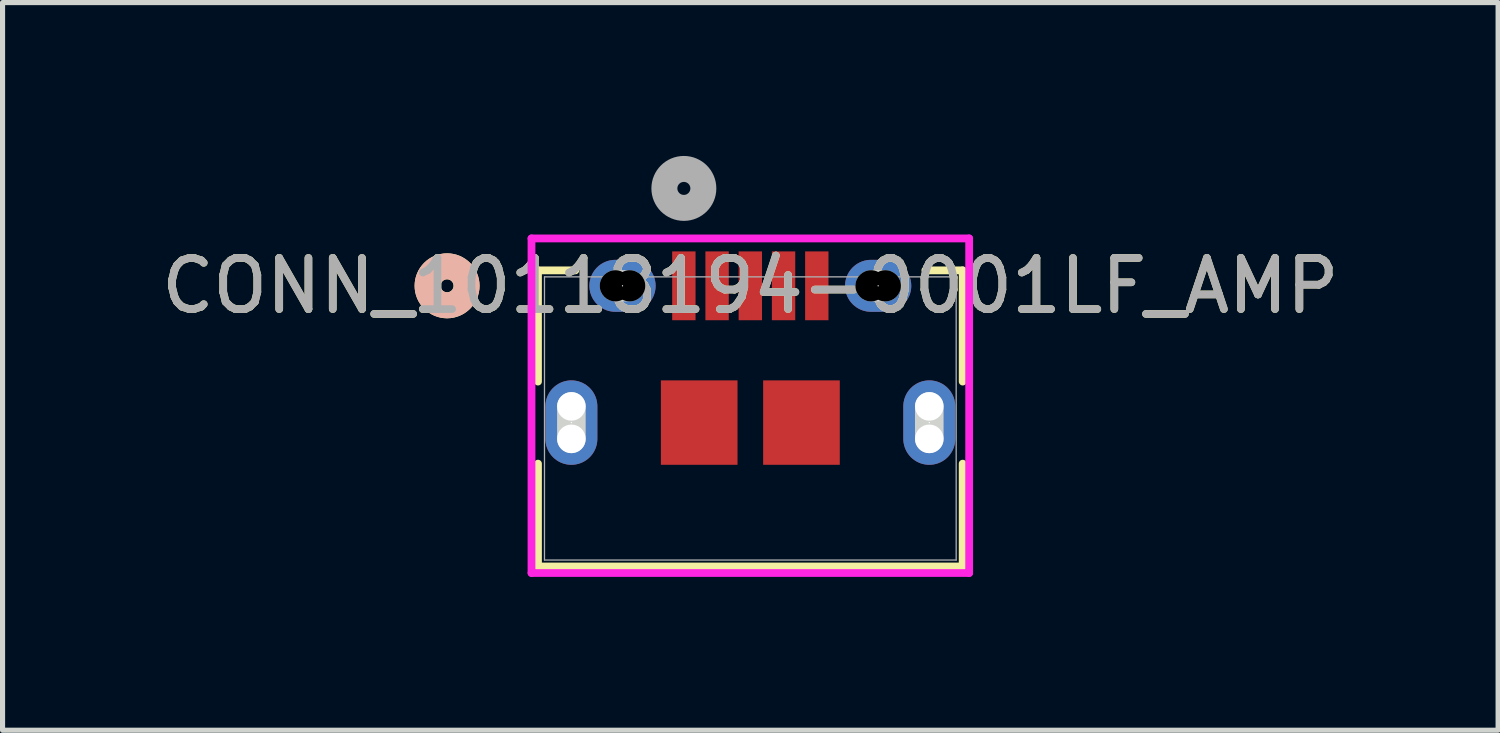
<source format=kicad_pcb>
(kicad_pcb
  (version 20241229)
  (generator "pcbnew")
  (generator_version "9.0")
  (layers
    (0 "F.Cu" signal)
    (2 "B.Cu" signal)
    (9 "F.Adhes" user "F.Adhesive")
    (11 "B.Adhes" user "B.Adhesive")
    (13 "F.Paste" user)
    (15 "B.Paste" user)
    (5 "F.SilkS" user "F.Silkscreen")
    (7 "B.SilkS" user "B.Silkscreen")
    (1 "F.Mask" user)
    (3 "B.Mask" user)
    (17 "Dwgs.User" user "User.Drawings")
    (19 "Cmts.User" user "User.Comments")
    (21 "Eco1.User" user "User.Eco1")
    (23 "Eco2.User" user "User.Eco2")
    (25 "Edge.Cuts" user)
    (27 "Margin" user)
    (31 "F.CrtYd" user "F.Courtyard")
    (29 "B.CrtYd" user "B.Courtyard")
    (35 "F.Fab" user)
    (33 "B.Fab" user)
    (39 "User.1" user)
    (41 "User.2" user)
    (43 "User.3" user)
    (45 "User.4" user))
  (footprint "CONN_10118194-0001LF_AMP"
    (layer "F.Cu")
    (at 11.625 5.134)
    (property "Reference" "CONN_10118194-0001LF_AMP" (at 0 -2.594 0) (unlocked yes) (layer "F.SilkS") (effects (font (size 1 1) (thickness 0.15))))
    (attr smd)
    (fp_line (start -4.153 -2.896) (end -4.153 -0.721) (stroke (width 0.152) (type solid)) (layer "F.SilkS"))
    (fp_line (start -4.153 0.884) (end -4.153 2.896) (stroke (width 0.152) (type solid)) (layer "F.SilkS"))
    (fp_line (start -4.153 2.896) (end 4.153 2.896) (stroke (width 0.152) (type solid)) (layer "F.SilkS"))
    (fp_line (start -3.423 -2.896) (end -4.153 -2.896) (stroke (width 0.152) (type solid)) (layer "F.SilkS"))
    (fp_line (start 4.153 -2.896) (end 3.423 -2.896) (stroke (width 0.152) (type solid)) (layer "F.SilkS"))
    (fp_line (start 4.153 -0.721) (end 4.153 -2.896) (stroke (width 0.152) (type solid)) (layer "F.SilkS"))
    (fp_line (start 4.153 2.896) (end 4.153 0.884) (stroke (width 0.152) (type solid)) (layer "F.SilkS"))
    (fp_circle (center -5.931 -2.594) (end -5.55 -2.594) (stroke (width 0.508) (type solid)) (fill no) (layer "F.SilkS"))
    (fp_circle (center -5.931 -2.594) (end -5.55 -2.594) (stroke (width 0.508) (type solid)) (fill no) (layer "B.SilkS"))
    (fp_line (start -3.5 0.399) (end -3.5 -0.236) (stroke (width 0.559) (type solid)) (layer "Edge.Cuts"))
    (fp_line (start -2.64 -2.594) (end -2.36 -2.594) (stroke (width 0.61) (type solid)) (layer "Edge.Cuts"))
    (fp_line (start 2.36 -2.594) (end 2.64 -2.594) (stroke (width 0.61) (type solid)) (layer "Edge.Cuts"))
    (fp_line (start 3.5 0.399) (end 3.5 -0.236) (stroke (width 0.559) (type solid)) (layer "Edge.Cuts"))
    (fp_line (start -4.28 -3.521) (end -4.28 3.023) (stroke (width 0.152) (type solid)) (layer "F.CrtYd"))
    (fp_line (start -4.28 3.023) (end 4.28 3.023) (stroke (width 0.152) (type solid)) (layer "F.CrtYd"))
    (fp_line (start 4.28 -3.521) (end -4.28 -3.521) (stroke (width 0.152) (type solid)) (layer "F.CrtYd"))
    (fp_line (start 4.28 3.023) (end 4.28 -3.521) (stroke (width 0.152) (type solid)) (layer "F.CrtYd"))
    (fp_line (start -4.026 -2.769) (end -4.026 2.769) (stroke (width 0.025) (type solid)) (layer "F.Fab"))
    (fp_line (start -4.026 2.769) (end 4.026 2.769) (stroke (width 0.025) (type solid)) (layer "F.Fab"))
    (fp_line (start 4.026 -2.769) (end -4.026 -2.769) (stroke (width 0.025) (type solid)) (layer "F.Fab"))
    (fp_line (start 4.026 2.769) (end 4.026 -2.769) (stroke (width 0.025) (type solid)) (layer "F.Fab"))
    (fp_circle (center -1.3 -4.499) (end -0.919 -4.499) (stroke (width 0.508) (type solid)) (fill no) (layer "F.Fab"))
    (fp_text user "${REFERENCE}" (at 0 -2.594 0) (unlocked yes) (layer "F.Fab") (effects (font (size 1 1) (thickness 0.15))))
    (pad "" np_thru_hole circle (at -3.5 -0.236) (size 0.559 0.559) (drill 0.559) (layers "*.Cu" "*.Mask"))
    (pad "" np_thru_hole circle (at -3.5 0.399) (size 0.559 0.559) (drill 0.559) (layers "*.Cu" "*.Mask"))
    (pad "" np_thru_hole circle (at -2.64 -2.594) (size 0.61 0.61) (drill 0.61) (layers))
    (pad "" np_thru_hole circle (at -2.36 -2.594) (size 0.61 0.61) (drill 0.61) (layers))
    (pad "" np_thru_hole circle (at 2.36 -2.594) (size 0.61 0.61) (drill 0.61) (layers))
    (pad "" np_thru_hole circle (at 2.64 -2.594) (size 0.61 0.61) (drill 0.61) (layers))
    (pad "" np_thru_hole circle (at 3.5 -0.236) (size 0.559 0.559) (drill 0.559) (layers "*.Cu" "*.Mask"))
    (pad "" np_thru_hole circle (at 3.5 0.399) (size 0.559 0.559) (drill 0.559) (layers "*.Cu" "*.Mask"))
    (pad "1" smd rect (at -1.3 -2.594) (size 0.457 1.346) (layers "F.Cu" "F.Mask" "F.Paste"))
    (pad "2" smd rect (at -0.65 -2.594) (size 0.457 1.346) (layers "F.Cu" "F.Mask" "F.Paste"))
    (pad "3" smd rect (at 0 -2.594) (size 0.457 1.346) (layers "F.Cu" "F.Mask" "F.Paste"))
    (pad "4" smd rect (at 0.65 -2.594) (size 0.457 1.346) (layers "F.Cu" "F.Mask" "F.Paste"))
    (pad "5" smd rect (at 1.3 -2.594) (size 0.457 1.346) (layers "F.Cu" "F.Mask" "F.Paste"))
    (pad "10" smd rect (at -1 0.081) (size 1.499 1.651) (layers "F.Cu" "F.Mask" "F.Paste"))
    (pad "11" smd rect (at 1 0.081) (size 1.499 1.651) (layers "F.Cu" "F.Mask" "F.Paste"))
    (pad "S_1" thru_hole oval (at -3.5 0.081 90) (size 1.651 1.016) (drill 0.025) (layers "*.Cu" "*.Mask"))
    (pad "S_2" thru_hole oval (at 3.5 0.081 90) (size 1.651 1.016) (drill 0.025) (layers "*.Cu" "*.Mask"))
    (pad "S_3" thru_hole oval (at -2.5 -2.594) (size 1.295 1.016) (drill 0.025) (layers "*.Cu" "*.Mask"))
    (pad "S_4" thru_hole oval (at 2.5 -2.594) (size 1.295 1.016) (drill 0.025) (layers "*.Cu" "*.Mask")))
  (gr_rect
    (start -3 -3)
    (end 26.25 11.232)
    (stroke (width 0.1) (type default))
    (fill no)
    (layer "Edge.Cuts")))
</source>
